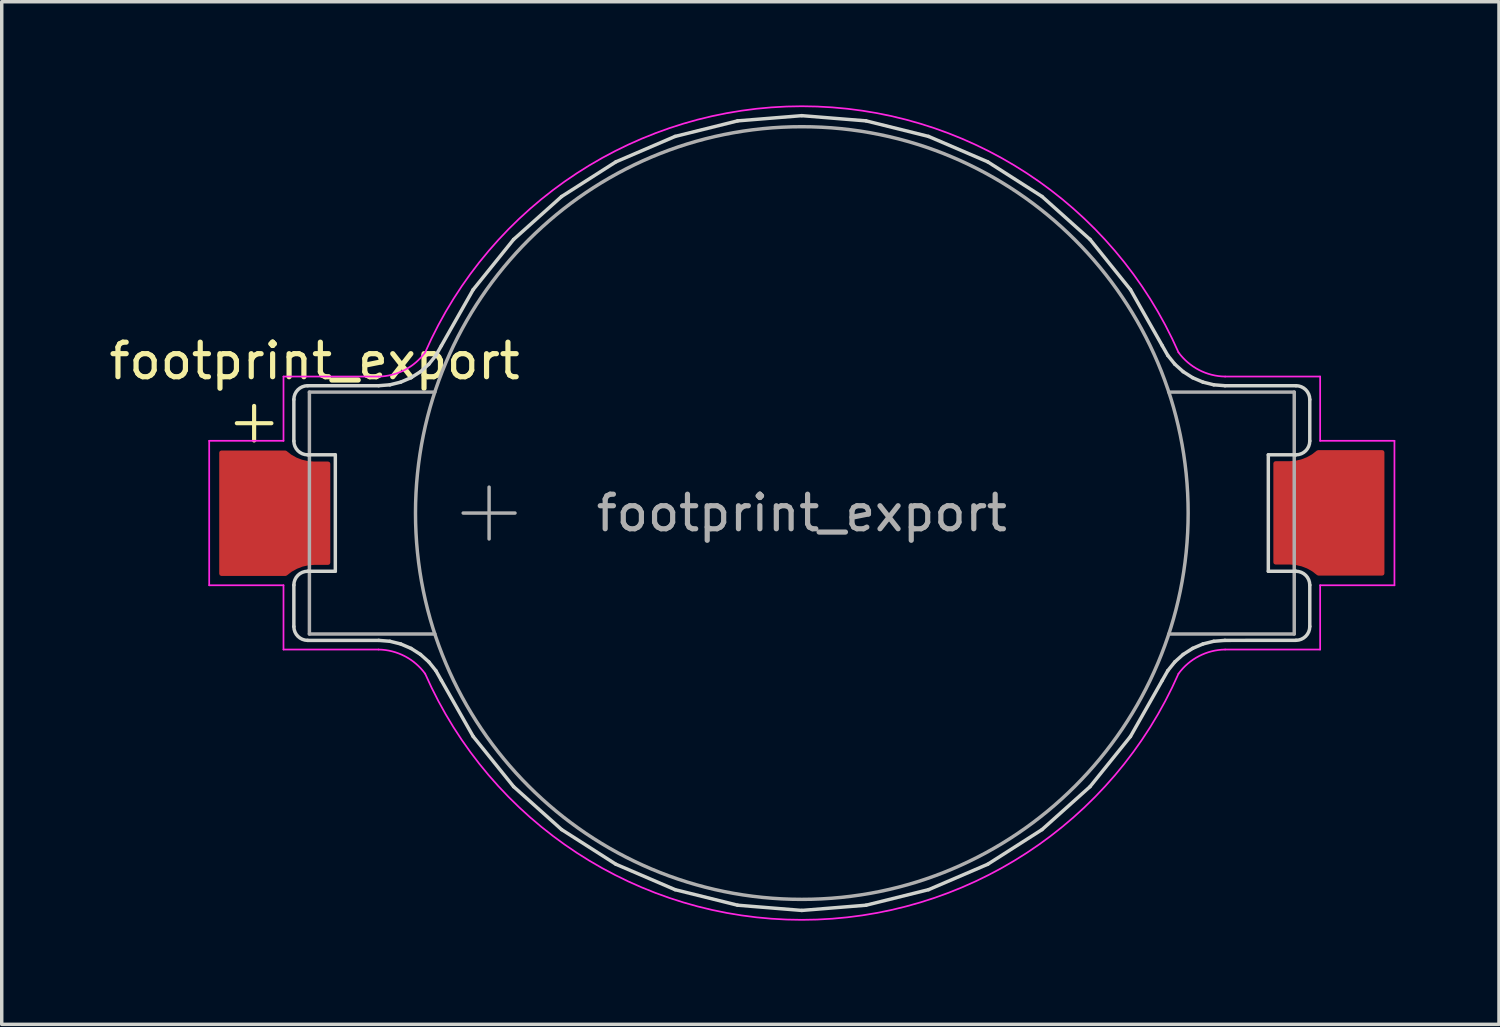
<source format=kicad_pcb>
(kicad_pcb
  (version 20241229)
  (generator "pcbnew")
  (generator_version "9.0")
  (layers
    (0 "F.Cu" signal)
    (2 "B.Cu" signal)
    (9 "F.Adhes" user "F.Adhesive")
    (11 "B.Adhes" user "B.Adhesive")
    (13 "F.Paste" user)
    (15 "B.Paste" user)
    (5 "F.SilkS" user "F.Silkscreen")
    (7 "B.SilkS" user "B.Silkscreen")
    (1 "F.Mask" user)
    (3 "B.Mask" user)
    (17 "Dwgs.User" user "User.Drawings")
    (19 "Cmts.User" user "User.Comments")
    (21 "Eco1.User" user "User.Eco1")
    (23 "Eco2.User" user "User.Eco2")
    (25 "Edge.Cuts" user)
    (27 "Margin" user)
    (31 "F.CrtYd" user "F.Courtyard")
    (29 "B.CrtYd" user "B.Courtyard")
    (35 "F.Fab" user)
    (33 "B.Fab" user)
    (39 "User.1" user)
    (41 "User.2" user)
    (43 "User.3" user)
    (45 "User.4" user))
  (footprint "footprint_export"
    (layer "F.Cu")
    (at 20.154 11.797)
    (property "Reference" "footprint_export" (at -14.1 -4.4 0) (layer "F.SilkS") (effects (font (size 1 1) (thickness 0.15))))
    (attr smd)
    (fp_line (start -15.85 -3.1) (end -15.85 -2.1) (stroke (width 0.12) (type solid)) (layer "F.SilkS"))
    (fp_line (start -15.35 -2.6) (end -16.35 -2.6) (stroke (width 0.12) (type solid)) (layer "F.SilkS"))
    (fp_line (start -14.7 -2.085) (end -14.7 -3.285) (stroke (width 0.1) (type solid)) (layer "Edge.Cuts"))
    (fp_line (start -14.7 3.285) (end -14.7 2.085) (stroke (width 0.1) (type solid)) (layer "Edge.Cuts"))
    (fp_line (start -14.3 -3.685) (end -12.245 -3.685) (stroke (width 0.1) (type solid)) (layer "Edge.Cuts"))
    (fp_line (start -14.3 1.685) (end -13.5 1.685) (stroke (width 0.1) (type solid)) (layer "Edge.Cuts"))
    (fp_line (start -13.5 -1.685) (end -14.3 -1.685) (stroke (width 0.1) (type solid)) (layer "Edge.Cuts"))
    (fp_line (start -13.5 1.685) (end -13.5 -1.685) (stroke (width 0.1) (type solid)) (layer "Edge.Cuts"))
    (fp_line (start -12.245 -3.685) (end -11.921 -3.711) (stroke (width 0.1) (type solid)) (layer "Edge.Cuts"))
    (fp_line (start -12.245 3.685) (end -14.3 3.685) (stroke (width 0.1) (type solid)) (layer "Edge.Cuts"))
    (fp_line (start -11.921 -3.711) (end -11.607 -3.789) (stroke (width 0.1) (type solid)) (layer "Edge.Cuts"))
    (fp_line (start -11.921 3.711) (end -12.245 3.685) (stroke (width 0.1) (type solid)) (layer "Edge.Cuts"))
    (fp_line (start -11.607 -3.789) (end -11.309 -3.917) (stroke (width 0.1) (type solid)) (layer "Edge.Cuts"))
    (fp_line (start -11.607 3.789) (end -11.921 3.711) (stroke (width 0.1) (type solid)) (layer "Edge.Cuts"))
    (fp_line (start -11.309 -3.917) (end -11.035 -4.092) (stroke (width 0.1) (type solid)) (layer "Edge.Cuts"))
    (fp_line (start -11.309 3.917) (end -11.607 3.789) (stroke (width 0.1) (type solid)) (layer "Edge.Cuts"))
    (fp_line (start -11.035 -4.092) (end -10.794 -4.308) (stroke (width 0.1) (type solid)) (layer "Edge.Cuts"))
    (fp_line (start -11.035 4.092) (end -11.309 3.917) (stroke (width 0.1) (type solid)) (layer "Edge.Cuts"))
    (fp_line (start -10.794 -4.308) (end -10.591 -4.561) (stroke (width 0.1) (type solid)) (layer "Edge.Cuts"))
    (fp_line (start -10.794 4.308) (end -11.035 4.092) (stroke (width 0.1) (type solid)) (layer "Edge.Cuts"))
    (fp_line (start -10.591 -4.561) (end -10.431 -4.843) (stroke (width 0.1) (type solid)) (layer "Edge.Cuts"))
    (fp_line (start -10.591 4.561) (end -10.794 4.308) (stroke (width 0.1) (type solid)) (layer "Edge.Cuts"))
    (fp_line (start -10.431 -4.843) (end -9.511 -6.465) (stroke (width 0.1) (type solid)) (layer "Edge.Cuts"))
    (fp_line (start -10.431 4.843) (end -10.591 4.561) (stroke (width 0.1) (type solid)) (layer "Edge.Cuts"))
    (fp_line (start -9.511 -6.465) (end -8.341 -7.917) (stroke (width 0.1) (type solid)) (layer "Edge.Cuts"))
    (fp_line (start -9.511 6.465) (end -10.431 4.843) (stroke (width 0.1) (type solid)) (layer "Edge.Cuts"))
    (fp_line (start -8.341 -7.917) (end -6.952 -9.16) (stroke (width 0.1) (type solid)) (layer "Edge.Cuts"))
    (fp_line (start -8.341 7.917) (end -9.511 6.465) (stroke (width 0.1) (type solid)) (layer "Edge.Cuts"))
    (fp_line (start -6.952 -9.16) (end -5.381 -10.163) (stroke (width 0.1) (type solid)) (layer "Edge.Cuts"))
    (fp_line (start -6.952 9.16) (end -8.341 7.917) (stroke (width 0.1) (type solid)) (layer "Edge.Cuts"))
    (fp_line (start -5.381 -10.163) (end -3.668 -10.899) (stroke (width 0.1) (type solid)) (layer "Edge.Cuts"))
    (fp_line (start -5.381 10.163) (end -6.952 9.16) (stroke (width 0.1) (type solid)) (layer "Edge.Cuts"))
    (fp_line (start -3.668 -10.899) (end -1.858 -11.349) (stroke (width 0.1) (type solid)) (layer "Edge.Cuts"))
    (fp_line (start -3.668 10.899) (end -5.381 10.163) (stroke (width 0.1) (type solid)) (layer "Edge.Cuts"))
    (fp_line (start -1.858 -11.349) (end 0 -11.5) (stroke (width 0.1) (type solid)) (layer "Edge.Cuts"))
    (fp_line (start -1.858 11.349) (end -3.668 10.899) (stroke (width 0.1) (type solid)) (layer "Edge.Cuts"))
    (fp_line (start 0 -11.5) (end 1.858 -11.349) (stroke (width 0.1) (type solid)) (layer "Edge.Cuts"))
    (fp_line (start 0 11.5) (end -1.858 11.349) (stroke (width 0.1) (type solid)) (layer "Edge.Cuts"))
    (fp_line (start 1.858 -11.349) (end 3.668 -10.899) (stroke (width 0.1) (type solid)) (layer "Edge.Cuts"))
    (fp_line (start 1.858 11.349) (end 0 11.5) (stroke (width 0.1) (type solid)) (layer "Edge.Cuts"))
    (fp_line (start 3.668 -10.899) (end 5.381 -10.163) (stroke (width 0.1) (type solid)) (layer "Edge.Cuts"))
    (fp_line (start 3.668 10.899) (end 1.858 11.349) (stroke (width 0.1) (type solid)) (layer "Edge.Cuts"))
    (fp_line (start 5.381 -10.163) (end 6.952 -9.16) (stroke (width 0.1) (type solid)) (layer "Edge.Cuts"))
    (fp_line (start 5.381 10.163) (end 3.668 10.899) (stroke (width 0.1) (type solid)) (layer "Edge.Cuts"))
    (fp_line (start 6.952 -9.16) (end 8.341 -7.917) (stroke (width 0.1) (type solid)) (layer "Edge.Cuts"))
    (fp_line (start 6.952 9.16) (end 5.381 10.163) (stroke (width 0.1) (type solid)) (layer "Edge.Cuts"))
    (fp_line (start 8.341 -7.917) (end 9.511 -6.465) (stroke (width 0.1) (type solid)) (layer "Edge.Cuts"))
    (fp_line (start 8.341 7.917) (end 6.952 9.16) (stroke (width 0.1) (type solid)) (layer "Edge.Cuts"))
    (fp_line (start 9.511 -6.465) (end 10.431 -4.843) (stroke (width 0.1) (type solid)) (layer "Edge.Cuts"))
    (fp_line (start 9.511 6.465) (end 8.341 7.917) (stroke (width 0.1) (type solid)) (layer "Edge.Cuts"))
    (fp_line (start 10.431 -4.843) (end 10.591 -4.561) (stroke (width 0.1) (type solid)) (layer "Edge.Cuts"))
    (fp_line (start 10.431 4.843) (end 9.511 6.465) (stroke (width 0.1) (type solid)) (layer "Edge.Cuts"))
    (fp_line (start 10.591 -4.561) (end 10.794 -4.308) (stroke (width 0.1) (type solid)) (layer "Edge.Cuts"))
    (fp_line (start 10.591 4.561) (end 10.431 4.843) (stroke (width 0.1) (type solid)) (layer "Edge.Cuts"))
    (fp_line (start 10.794 -4.308) (end 11.035 -4.092) (stroke (width 0.1) (type solid)) (layer "Edge.Cuts"))
    (fp_line (start 10.794 4.308) (end 10.591 4.561) (stroke (width 0.1) (type solid)) (layer "Edge.Cuts"))
    (fp_line (start 11.035 -4.092) (end 11.309 -3.917) (stroke (width 0.1) (type solid)) (layer "Edge.Cuts"))
    (fp_line (start 11.035 4.092) (end 10.794 4.308) (stroke (width 0.1) (type solid)) (layer "Edge.Cuts"))
    (fp_line (start 11.309 -3.917) (end 11.607 -3.789) (stroke (width 0.1) (type solid)) (layer "Edge.Cuts"))
    (fp_line (start 11.309 3.917) (end 11.035 4.092) (stroke (width 0.1) (type solid)) (layer "Edge.Cuts"))
    (fp_line (start 11.607 -3.789) (end 11.921 -3.711) (stroke (width 0.1) (type solid)) (layer "Edge.Cuts"))
    (fp_line (start 11.607 3.789) (end 11.309 3.917) (stroke (width 0.1) (type solid)) (layer "Edge.Cuts"))
    (fp_line (start 11.921 -3.711) (end 12.245 -3.685) (stroke (width 0.1) (type solid)) (layer "Edge.Cuts"))
    (fp_line (start 11.921 3.711) (end 11.607 3.789) (stroke (width 0.1) (type solid)) (layer "Edge.Cuts"))
    (fp_line (start 12.245 -3.685) (end 14.3 -3.685) (stroke (width 0.1) (type solid)) (layer "Edge.Cuts"))
    (fp_line (start 12.245 3.685) (end 11.921 3.711) (stroke (width 0.1) (type solid)) (layer "Edge.Cuts"))
    (fp_line (start 13.5 -1.685) (end 13.5 1.685) (stroke (width 0.1) (type solid)) (layer "Edge.Cuts"))
    (fp_line (start 13.5 1.685) (end 14.3 1.685) (stroke (width 0.1) (type solid)) (layer "Edge.Cuts"))
    (fp_line (start 14.3 -1.685) (end 13.5 -1.685) (stroke (width 0.1) (type solid)) (layer "Edge.Cuts"))
    (fp_line (start 14.3 3.683) (end 12.245 3.685) (stroke (width 0.1) (type solid)) (layer "Edge.Cuts"))
    (fp_line (start 14.7 -3.285) (end 14.7 -2.085) (stroke (width 0.1) (type solid)) (layer "Edge.Cuts"))
    (fp_line (start 14.7 2.083) (end 14.7 3.283) (stroke (width 0.1) (type solid)) (layer "Edge.Cuts"))
    (fp_arc (start -14.7 -3.285) (mid -14.582843 -3.567843) (end -14.3 -3.685) (stroke (width 0.1) (type solid)) (layer "Edge.Cuts"))
    (fp_arc (start -14.7 2.084949) (mid -14.582843 1.802106) (end -14.3 1.684949) (stroke (width 0.1) (type solid)) (layer "Edge.Cuts"))
    (fp_arc (start -14.3 -1.68505) (mid -14.582843 -1.802207) (end -14.7 -2.08505) (stroke (width 0.1) (type solid)) (layer "Edge.Cuts"))
    (fp_arc (start -14.3 3.684899) (mid -14.582843 3.567742) (end -14.7 3.284899) (stroke (width 0.1) (type solid)) (layer "Edge.Cuts"))
    (fp_arc (start 14.3 -3.685) (mid 14.582843 -3.567843) (end 14.7 -3.285) (stroke (width 0.1) (type solid)) (layer "Edge.Cuts"))
    (fp_arc (start 14.3 1.68505) (mid 14.582843 1.802207) (end 14.7 2.08505) (stroke (width 0.1) (type solid)) (layer "Edge.Cuts"))
    (fp_arc (start 14.7 -2.08505) (mid 14.582843 -1.802207) (end 14.3 -1.68505) (stroke (width 0.1) (type solid)) (layer "Edge.Cuts"))
    (fp_arc (start 14.7 3.282793) (mid 14.582843 3.565636) (end 14.3 3.682793) (stroke (width 0.1) (type solid)) (layer "Edge.Cuts"))
    (fp_line (start -17.15 -2.09) (end -17.15 2.09) (stroke (width 0.05) (type solid)) (layer "F.CrtYd"))
    (fp_line (start -17.15 2.09) (end -15 2.09) (stroke (width 0.05) (type solid)) (layer "F.CrtYd"))
    (fp_line (start -15 -3.95) (end -15 -2.09) (stroke (width 0.05) (type solid)) (layer "F.CrtYd"))
    (fp_line (start -15 -2.09) (end -17.15 -2.09) (stroke (width 0.05) (type solid)) (layer "F.CrtYd"))
    (fp_line (start -15 3.95) (end -15 2.09) (stroke (width 0.05) (type solid)) (layer "F.CrtYd"))
    (fp_line (start -12.25 -3.95) (end -15 -3.95) (stroke (width 0.05) (type solid)) (layer "F.CrtYd"))
    (fp_line (start -12.25 3.95) (end -15 3.95) (stroke (width 0.05) (type solid)) (layer "F.CrtYd"))
    (fp_line (start 12.25 -3.95) (end 15 -3.95) (stroke (width 0.05) (type solid)) (layer "F.CrtYd"))
    (fp_line (start 12.25 3.95) (end 15 3.95) (stroke (width 0.05) (type solid)) (layer "F.CrtYd"))
    (fp_line (start 15 -3.95) (end 15 -2.09) (stroke (width 0.05) (type solid)) (layer "F.CrtYd"))
    (fp_line (start 15 2.09) (end 17.15 2.09) (stroke (width 0.05) (type solid)) (layer "F.CrtYd"))
    (fp_line (start 15 3.95) (end 15 2.09) (stroke (width 0.05) (type solid)) (layer "F.CrtYd"))
    (fp_line (start 17.15 -2.09) (end 15 -2.09) (stroke (width 0.05) (type solid)) (layer "F.CrtYd"))
    (fp_line (start 17.15 2.09) (end 17.15 -2.09) (stroke (width 0.05) (type solid)) (layer "F.CrtYd"))
    (fp_arc (start -12.25 3.95) (mid -11.492594 4.141075) (end -10.9 4.65) (stroke (width 0.05) (type solid)) (layer "F.CrtYd"))
    (fp_arc (start -10.9 -4.65) (mid -11.492594 -4.141075) (end -12.25 -3.95) (stroke (width 0.05) (type solid)) (layer "F.CrtYd"))
    (fp_arc (start -10.9 -4.65) (mid 0 -11.772188) (end 10.9 -4.65) (stroke (width 0.05) (type solid)) (layer "F.CrtYd"))
    (fp_arc (start 10.9 4.65) (mid 0 11.7722) (end -10.9 4.65) (stroke (width 0.05) (type solid)) (layer "F.CrtYd"))
    (fp_arc (start 10.9 4.65) (mid 11.492594 4.141075) (end 12.25 3.95) (stroke (width 0.05) (type solid)) (layer "F.CrtYd"))
    (fp_arc (start 12.25 -3.95) (mid 11.492594 -4.141075) (end 10.9 -4.65) (stroke (width 0.05) (type solid)) (layer "F.CrtYd"))
    (fp_line (start -14.25 -3.5) (end -14.25 3.5) (stroke (width 0.1) (type solid)) (layer "F.Fab"))
    (fp_line (start -14.25 3.5) (end -10.62 3.5) (stroke (width 0.1) (type solid)) (layer "F.Fab"))
    (fp_line (start -10.62 -3.5) (end -14.25 -3.5) (stroke (width 0.1) (type solid)) (layer "F.Fab"))
    (fp_line (start -9.8 0) (end -8.3 0) (stroke (width 0.1) (type solid)) (layer "F.Fab"))
    (fp_line (start -9.05 -0.75) (end -9.05 0.75) (stroke (width 0.1) (type solid)) (layer "F.Fab"))
    (fp_line (start 10.62 -3.5) (end 14.25 -3.5) (stroke (width 0.1) (type solid)) (layer "F.Fab"))
    (fp_line (start 14.25 -3.5) (end 14.25 3.5) (stroke (width 0.1) (type solid)) (layer "F.Fab"))
    (fp_line (start 14.25 3.5) (end 10.62 3.5) (stroke (width 0.1) (type solid)) (layer "F.Fab"))
    (fp_circle (center 0 0) (end 11.18 0) (stroke (width 0.1) (type solid)) (fill no) (layer "F.Fab"))
    (fp_text user "${REFERENCE}" (at 0 0 0) (unlocked yes) (layer "F.Fab") (effects (font (size 1 1) (thickness 0.15))))
    (pad "1" smd custom (at -15.15 -0.1) (size 1 1) (layers "F.Cu" "F.Mask" "F.Paste") (options (anchor rect)) (primitives (gr_poly (pts (xy 0.2 -1.65) (xy 0.272 -1.595) (xy 0.343 -1.539) (xy 0.501 -1.45) (xy 0.585 -1.417) (xy 0.669 -1.385) (xy 0.758 -1.365) (xy 0.846 -1.344) (xy 1.026 -1.33) (xy 1.235 -1.33) (xy 1.444 -1.33) (xy 1.444 1.54) (xy 1.044 1.54) (xy 0.862 1.553) (xy 0.683 1.593) (xy 0.513 1.659) (xy 0.353 1.748) (xy 0.281 1.804) (xy 0.209 1.86) (xy -1.65 1.86) (xy -1.65 -1.65)) (width 0.12) (fill yes))))
    (pad "2" smd custom (at 15.15 0.1 180) (size 1 1) (layers "F.Cu" "F.Mask" "F.Paste") (options (anchor rect)) (primitives (gr_poly (pts (xy 0.2 -1.65) (xy 0.272 -1.595) (xy 0.343 -1.539) (xy 0.501 -1.45) (xy 0.585 -1.417) (xy 0.669 -1.385) (xy 0.758 -1.365) (xy 0.846 -1.344) (xy 1.026 -1.33) (xy 1.235 -1.33) (xy 1.444 -1.33) (xy 1.444 1.54) (xy 1.044 1.54) (xy 0.862 1.553) (xy 0.683 1.593) (xy 0.513 1.659) (xy 0.353 1.748) (xy 0.281 1.804) (xy 0.209 1.86) (xy -1.65 1.86) (xy -1.65 -1.65)) (width 0.12) (fill yes)))))
  (gr_rect
    (start -3 -3)
    (end 40.329 26.594)
    (stroke (width 0.1) (type default))
    (fill no)
    (layer "Edge.Cuts")))
</source>
